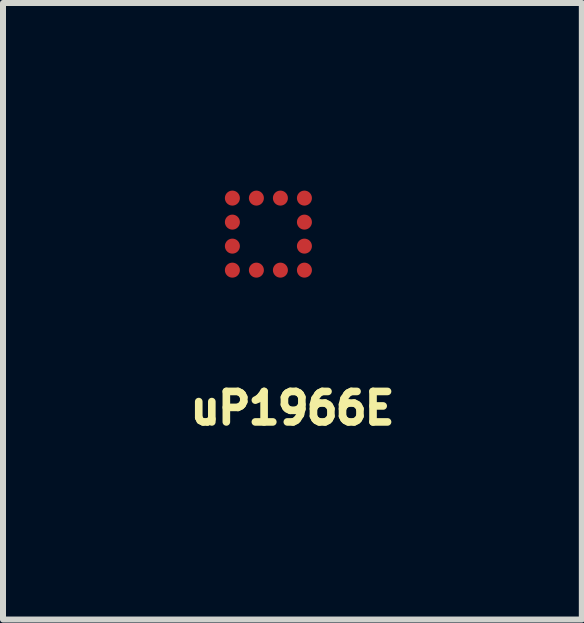
<source format=kicad_pcb>
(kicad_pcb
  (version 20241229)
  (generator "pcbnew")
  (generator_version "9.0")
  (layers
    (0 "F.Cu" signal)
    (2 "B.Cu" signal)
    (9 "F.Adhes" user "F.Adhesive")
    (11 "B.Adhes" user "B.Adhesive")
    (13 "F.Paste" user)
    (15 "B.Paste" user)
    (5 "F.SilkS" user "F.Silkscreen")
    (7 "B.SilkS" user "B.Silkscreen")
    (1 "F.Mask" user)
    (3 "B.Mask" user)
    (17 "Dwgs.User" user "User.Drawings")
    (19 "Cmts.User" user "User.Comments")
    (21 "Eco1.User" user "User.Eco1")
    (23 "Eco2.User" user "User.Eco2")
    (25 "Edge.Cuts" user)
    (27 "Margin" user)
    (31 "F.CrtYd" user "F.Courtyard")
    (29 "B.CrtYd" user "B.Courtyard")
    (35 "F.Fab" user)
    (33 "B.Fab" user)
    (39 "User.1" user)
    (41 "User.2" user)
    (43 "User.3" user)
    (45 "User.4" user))
  (footprint "uP1966E"
    (layer "F.Cu")
    (at 0.821 0.25)
    (property "Reference" "uP1966E" (at 1 3.5 0) (unlocked yes) (layer "F.SilkS") (effects (font (size 0.508 0.508) (thickness 0.127))))
    (attr smd)
    (pad "A1" smd circle (at 0 0) (size 0.25 0.25) (layers "F.Cu" "F.Mask" "F.Paste"))
    (pad "A2" smd circle (at 0.4 0) (size 0.25 0.25) (layers "F.Cu" "F.Mask" "F.Paste"))
    (pad "A3" smd circle (at 0.8 0) (size 0.25 0.25) (layers "F.Cu" "F.Mask" "F.Paste"))
    (pad "A4" smd circle (at 1.2 0) (size 0.25 0.25) (layers "F.Cu" "F.Mask" "F.Paste"))
    (pad "B1" smd circle (at 0 0.4) (size 0.25 0.25) (layers "F.Cu" "F.Mask" "F.Paste"))
    (pad "B4" smd circle (at 1.2 0.4) (size 0.25 0.25) (layers "F.Cu" "F.Mask" "F.Paste"))
    (pad "C1" smd circle (at 0 0.8) (size 0.25 0.25) (layers "F.Cu" "F.Mask" "F.Paste"))
    (pad "C4" smd circle (at 1.2 0.8) (size 0.25 0.25) (layers "F.Cu" "F.Mask" "F.Paste"))
    (pad "D1" smd circle (at 0 1.2) (size 0.25 0.25) (layers "F.Cu" "F.Mask" "F.Paste"))
    (pad "D2" smd circle (at 0.4 1.2) (size 0.25 0.25) (layers "F.Cu" "F.Mask" "F.Paste"))
    (pad "D3" smd circle (at 0.8 1.2) (size 0.25 0.25) (layers "F.Cu" "F.Mask" "F.Paste"))
    (pad "D4" smd circle (at 1.2 1.2) (size 0.25 0.25) (layers "F.Cu" "F.Mask" "F.Paste")))
  (gr_rect
    (start -3 -3)
    (end 6.642 7.27)
    (stroke (width 0.1) (type default))
    (fill no)
    (layer "Edge.Cuts")))
</source>
